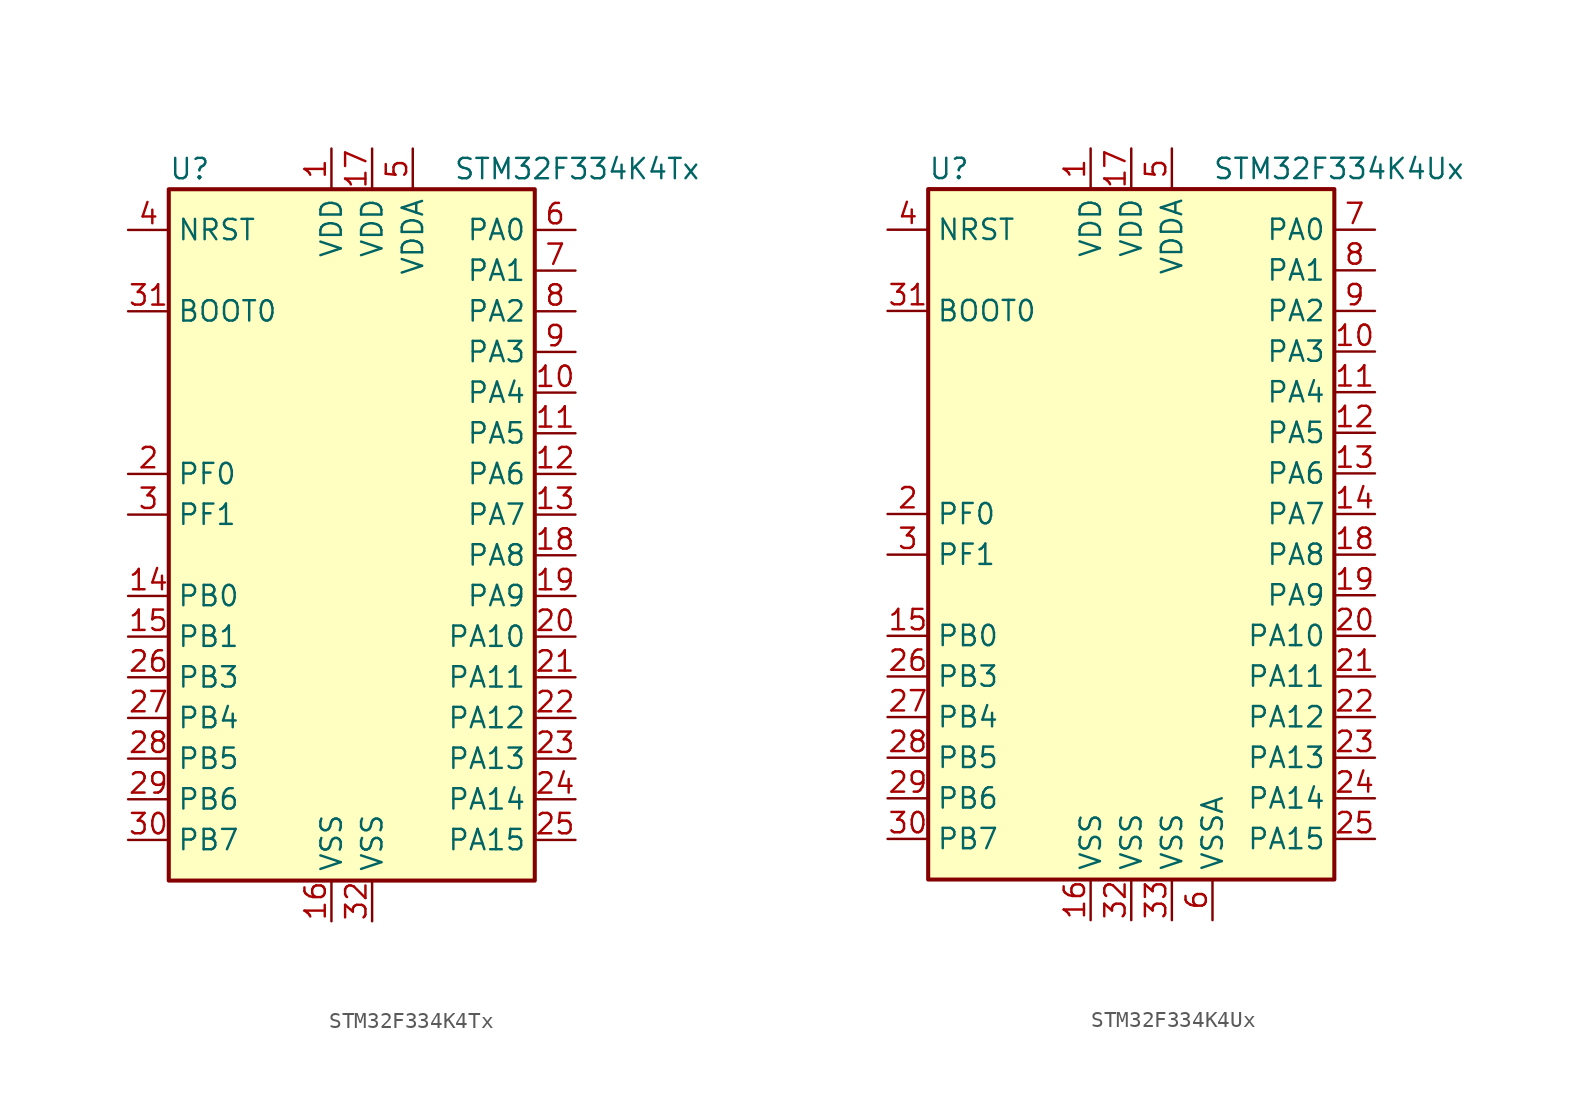
<source format=kicad_sym>
(kicad_symbol_lib
  (version 20211014)
  (generator kicad_symbol_editor)
  (symbol "STM32F334K4Tx"
    (property "Reference" "U"
      (at -12.7 21.59 0)
      (effects (font (size 1.27 1.27)) (justify left)))
    (property "Value" "STM32F334K4Tx"
      (at 5.08 21.59 0)
      (effects (font (size 1.27 1.27)) (justify left)))
    (symbol "STM32F334K4Tx_0_1"
      (rectangle (start -12.7 -22.86) (end 10.16 20.32) (stroke (width 0.254) (type default) (color 0 0 0 0)) (fill (type background))))
    (symbol "STM32F334K4Tx_1_1"
      (pin power_in line (at -2.54 22.86 270) (length 2.54) (name "VDD" (effects (font (size 1.27 1.27)))) (number "1" (effects (font (size 1.27 1.27)))))
      (pin bidirectional line (at 12.7 7.62 180) (length 2.54) (name "PA4" (effects (font (size 1.27 1.27)))) (number "10" (effects (font (size 1.27 1.27)))))
      (pin bidirectional line (at 12.7 5.08 180) (length 2.54) (name "PA5" (effects (font (size 1.27 1.27)))) (number "11" (effects (font (size 1.27 1.27)))))
      (pin bidirectional line (at 12.7 2.54 180) (length 2.54) (name "PA6" (effects (font (size 1.27 1.27)))) (number "12" (effects (font (size 1.27 1.27)))))
      (pin bidirectional line (at 12.7 0 180) (length 2.54) (name "PA7" (effects (font (size 1.27 1.27)))) (number "13" (effects (font (size 1.27 1.27)))))
      (pin bidirectional line (at -15.24 -5.08 0) (length 2.54) (name "PB0" (effects (font (size 1.27 1.27)))) (number "14" (effects (font (size 1.27 1.27)))))
      (pin bidirectional line (at -15.24 -7.62 0) (length 2.54) (name "PB1" (effects (font (size 1.27 1.27)))) (number "15" (effects (font (size 1.27 1.27)))))
      (pin power_in line (at -2.54 -25.4 90) (length 2.54) (name "VSS" (effects (font (size 1.27 1.27)))) (number "16" (effects (font (size 1.27 1.27)))))
      (pin power_in line (at 0 22.86 270) (length 2.54) (name "VDD" (effects (font (size 1.27 1.27)))) (number "17" (effects (font (size 1.27 1.27)))))
      (pin bidirectional line (at 12.7 -2.54 180) (length 2.54) (name "PA8" (effects (font (size 1.27 1.27)))) (number "18" (effects (font (size 1.27 1.27)))))
      (pin bidirectional line (at 12.7 -5.08 180) (length 2.54) (name "PA9" (effects (font (size 1.27 1.27)))) (number "19" (effects (font (size 1.27 1.27)))))
      (pin input line (at -15.24 2.54 0) (length 2.54) (name "PF0" (effects (font (size 1.27 1.27)))) (number "2" (effects (font (size 1.27 1.27)))))
      (pin bidirectional line (at 12.7 -7.62 180) (length 2.54) (name "PA10" (effects (font (size 1.27 1.27)))) (number "20" (effects (font (size 1.27 1.27)))))
      (pin bidirectional line (at 12.7 -10.16 180) (length 2.54) (name "PA11" (effects (font (size 1.27 1.27)))) (number "21" (effects (font (size 1.27 1.27)))))
      (pin bidirectional line (at 12.7 -12.7 180) (length 2.54) (name "PA12" (effects (font (size 1.27 1.27)))) (number "22" (effects (font (size 1.27 1.27)))))
      (pin bidirectional line (at 12.7 -15.24 180) (length 2.54) (name "PA13" (effects (font (size 1.27 1.27)))) (number "23" (effects (font (size 1.27 1.27)))))
      (pin bidirectional line (at 12.7 -17.78 180) (length 2.54) (name "PA14" (effects (font (size 1.27 1.27)))) (number "24" (effects (font (size 1.27 1.27)))))
      (pin bidirectional line (at 12.7 -20.32 180) (length 2.54) (name "PA15" (effects (font (size 1.27 1.27)))) (number "25" (effects (font (size 1.27 1.27)))))
      (pin bidirectional line (at -15.24 -10.16 0) (length 2.54) (name "PB3" (effects (font (size 1.27 1.27)))) (number "26" (effects (font (size 1.27 1.27)))))
      (pin bidirectional line (at -15.24 -12.7 0) (length 2.54) (name "PB4" (effects (font (size 1.27 1.27)))) (number "27" (effects (font (size 1.27 1.27)))))
      (pin bidirectional line (at -15.24 -15.24 0) (length 2.54) (name "PB5" (effects (font (size 1.27 1.27)))) (number "28" (effects (font (size 1.27 1.27)))))
      (pin bidirectional line (at -15.24 -17.78 0) (length 2.54) (name "PB6" (effects (font (size 1.27 1.27)))) (number "29" (effects (font (size 1.27 1.27)))))
      (pin input line (at -15.24 0 0) (length 2.54) (name "PF1" (effects (font (size 1.27 1.27)))) (number "3" (effects (font (size 1.27 1.27)))))
      (pin bidirectional line (at -15.24 -20.32 0) (length 2.54) (name "PB7" (effects (font (size 1.27 1.27)))) (number "30" (effects (font (size 1.27 1.27)))))
      (pin input line (at -15.24 12.7 0) (length 2.54) (name "BOOT0" (effects (font (size 1.27 1.27)))) (number "31" (effects (font (size 1.27 1.27)))))
      (pin power_in line (at 0 -25.4 90) (length 2.54) (name "VSS" (effects (font (size 1.27 1.27)))) (number "32" (effects (font (size 1.27 1.27)))))
      (pin input line (at -15.24 17.78 0) (length 2.54) (name "NRST" (effects (font (size 1.27 1.27)))) (number "4" (effects (font (size 1.27 1.27)))))
      (pin power_in line (at 2.54 22.86 270) (length 2.54) (name "VDDA" (effects (font (size 1.27 1.27)))) (number "5" (effects (font (size 1.27 1.27)))))
      (pin bidirectional line (at 12.7 17.78 180) (length 2.54) (name "PA0" (effects (font (size 1.27 1.27)))) (number "6" (effects (font (size 1.27 1.27)))))
      (pin bidirectional line (at 12.7 15.24 180) (length 2.54) (name "PA1" (effects (font (size 1.27 1.27)))) (number "7" (effects (font (size 1.27 1.27)))))
      (pin bidirectional line (at 12.7 12.7 180) (length 2.54) (name "PA2" (effects (font (size 1.27 1.27)))) (number "8" (effects (font (size 1.27 1.27)))))
      (pin bidirectional line (at 12.7 10.16 180) (length 2.54) (name "PA3" (effects (font (size 1.27 1.27)))) (number "9" (effects (font (size 1.27 1.27)))))))
  (symbol "STM32F334K4Ux"
    (property "Reference" "U"
      (at -12.7 21.59 0)
      (effects (font (size 1.27 1.27)) (justify left)))
    (property "Value" "STM32F334K4Ux"
      (at 5.08 21.59 0)
      (effects (font (size 1.27 1.27)) (justify left)))
    (symbol "STM32F334K4Ux_0_1"
      (rectangle (start -12.7 -22.86) (end 12.7 20.32) (stroke (width 0.254) (type default) (color 0 0 0 0)) (fill (type background))))
    (symbol "STM32F334K4Ux_1_1"
      (pin power_in line (at -2.54 22.86 270) (length 2.54) (name "VDD" (effects (font (size 1.27 1.27)))) (number "1" (effects (font (size 1.27 1.27)))))
      (pin bidirectional line (at 15.24 10.16 180) (length 2.54) (name "PA3" (effects (font (size 1.27 1.27)))) (number "10" (effects (font (size 1.27 1.27)))))
      (pin bidirectional line (at 15.24 7.62 180) (length 2.54) (name "PA4" (effects (font (size 1.27 1.27)))) (number "11" (effects (font (size 1.27 1.27)))))
      (pin bidirectional line (at 15.24 5.08 180) (length 2.54) (name "PA5" (effects (font (size 1.27 1.27)))) (number "12" (effects (font (size 1.27 1.27)))))
      (pin bidirectional line (at 15.24 2.54 180) (length 2.54) (name "PA6" (effects (font (size 1.27 1.27)))) (number "13" (effects (font (size 1.27 1.27)))))
      (pin bidirectional line (at 15.24 0 180) (length 2.54) (name "PA7" (effects (font (size 1.27 1.27)))) (number "14" (effects (font (size 1.27 1.27)))))
      (pin bidirectional line (at -15.24 -7.62 0) (length 2.54) (name "PB0" (effects (font (size 1.27 1.27)))) (number "15" (effects (font (size 1.27 1.27)))))
      (pin power_in line (at -2.54 -25.4 90) (length 2.54) (name "VSS" (effects (font (size 1.27 1.27)))) (number "16" (effects (font (size 1.27 1.27)))))
      (pin power_in line (at 0 22.86 270) (length 2.54) (name "VDD" (effects (font (size 1.27 1.27)))) (number "17" (effects (font (size 1.27 1.27)))))
      (pin bidirectional line (at 15.24 -2.54 180) (length 2.54) (name "PA8" (effects (font (size 1.27 1.27)))) (number "18" (effects (font (size 1.27 1.27)))))
      (pin bidirectional line (at 15.24 -5.08 180) (length 2.54) (name "PA9" (effects (font (size 1.27 1.27)))) (number "19" (effects (font (size 1.27 1.27)))))
      (pin input line (at -15.24 0 0) (length 2.54) (name "PF0" (effects (font (size 1.27 1.27)))) (number "2" (effects (font (size 1.27 1.27)))))
      (pin bidirectional line (at 15.24 -7.62 180) (length 2.54) (name "PA10" (effects (font (size 1.27 1.27)))) (number "20" (effects (font (size 1.27 1.27)))))
      (pin bidirectional line (at 15.24 -10.16 180) (length 2.54) (name "PA11" (effects (font (size 1.27 1.27)))) (number "21" (effects (font (size 1.27 1.27)))))
      (pin bidirectional line (at 15.24 -12.7 180) (length 2.54) (name "PA12" (effects (font (size 1.27 1.27)))) (number "22" (effects (font (size 1.27 1.27)))))
      (pin bidirectional line (at 15.24 -15.24 180) (length 2.54) (name "PA13" (effects (font (size 1.27 1.27)))) (number "23" (effects (font (size 1.27 1.27)))))
      (pin bidirectional line (at 15.24 -17.78 180) (length 2.54) (name "PA14" (effects (font (size 1.27 1.27)))) (number "24" (effects (font (size 1.27 1.27)))))
      (pin bidirectional line (at 15.24 -20.32 180) (length 2.54) (name "PA15" (effects (font (size 1.27 1.27)))) (number "25" (effects (font (size 1.27 1.27)))))
      (pin bidirectional line (at -15.24 -10.16 0) (length 2.54) (name "PB3" (effects (font (size 1.27 1.27)))) (number "26" (effects (font (size 1.27 1.27)))))
      (pin bidirectional line (at -15.24 -12.7 0) (length 2.54) (name "PB4" (effects (font (size 1.27 1.27)))) (number "27" (effects (font (size 1.27 1.27)))))
      (pin bidirectional line (at -15.24 -15.24 0) (length 2.54) (name "PB5" (effects (font (size 1.27 1.27)))) (number "28" (effects (font (size 1.27 1.27)))))
      (pin bidirectional line (at -15.24 -17.78 0) (length 2.54) (name "PB6" (effects (font (size 1.27 1.27)))) (number "29" (effects (font (size 1.27 1.27)))))
      (pin input line (at -15.24 -2.54 0) (length 2.54) (name "PF1" (effects (font (size 1.27 1.27)))) (number "3" (effects (font (size 1.27 1.27)))))
      (pin bidirectional line (at -15.24 -20.32 0) (length 2.54) (name "PB7" (effects (font (size 1.27 1.27)))) (number "30" (effects (font (size 1.27 1.27)))))
      (pin input line (at -15.24 12.7 0) (length 2.54) (name "BOOT0" (effects (font (size 1.27 1.27)))) (number "31" (effects (font (size 1.27 1.27)))))
      (pin power_in line (at 0 -25.4 90) (length 2.54) (name "VSS" (effects (font (size 1.27 1.27)))) (number "32" (effects (font (size 1.27 1.27)))))
      (pin power_in line (at 2.54 -25.4 90) (length 2.54) (name "VSS" (effects (font (size 1.27 1.27)))) (number "33" (effects (font (size 1.27 1.27)))))
      (pin input line (at -15.24 17.78 0) (length 2.54) (name "NRST" (effects (font (size 1.27 1.27)))) (number "4" (effects (font (size 1.27 1.27)))))
      (pin power_in line (at 2.54 22.86 270) (length 2.54) (name "VDDA" (effects (font (size 1.27 1.27)))) (number "5" (effects (font (size 1.27 1.27)))))
      (pin power_in line (at 5.08 -25.4 90) (length 2.54) (name "VSSA" (effects (font (size 1.27 1.27)))) (number "6" (effects (font (size 1.27 1.27)))))
      (pin bidirectional line (at 15.24 17.78 180) (length 2.54) (name "PA0" (effects (font (size 1.27 1.27)))) (number "7" (effects (font (size 1.27 1.27)))))
      (pin bidirectional line (at 15.24 15.24 180) (length 2.54) (name "PA1" (effects (font (size 1.27 1.27)))) (number "8" (effects (font (size 1.27 1.27)))))
      (pin bidirectional line (at 15.24 12.7 180) (length 2.54) (name "PA2" (effects (font (size 1.27 1.27)))) (number "9" (effects (font (size 1.27 1.27))))))))
</source>
